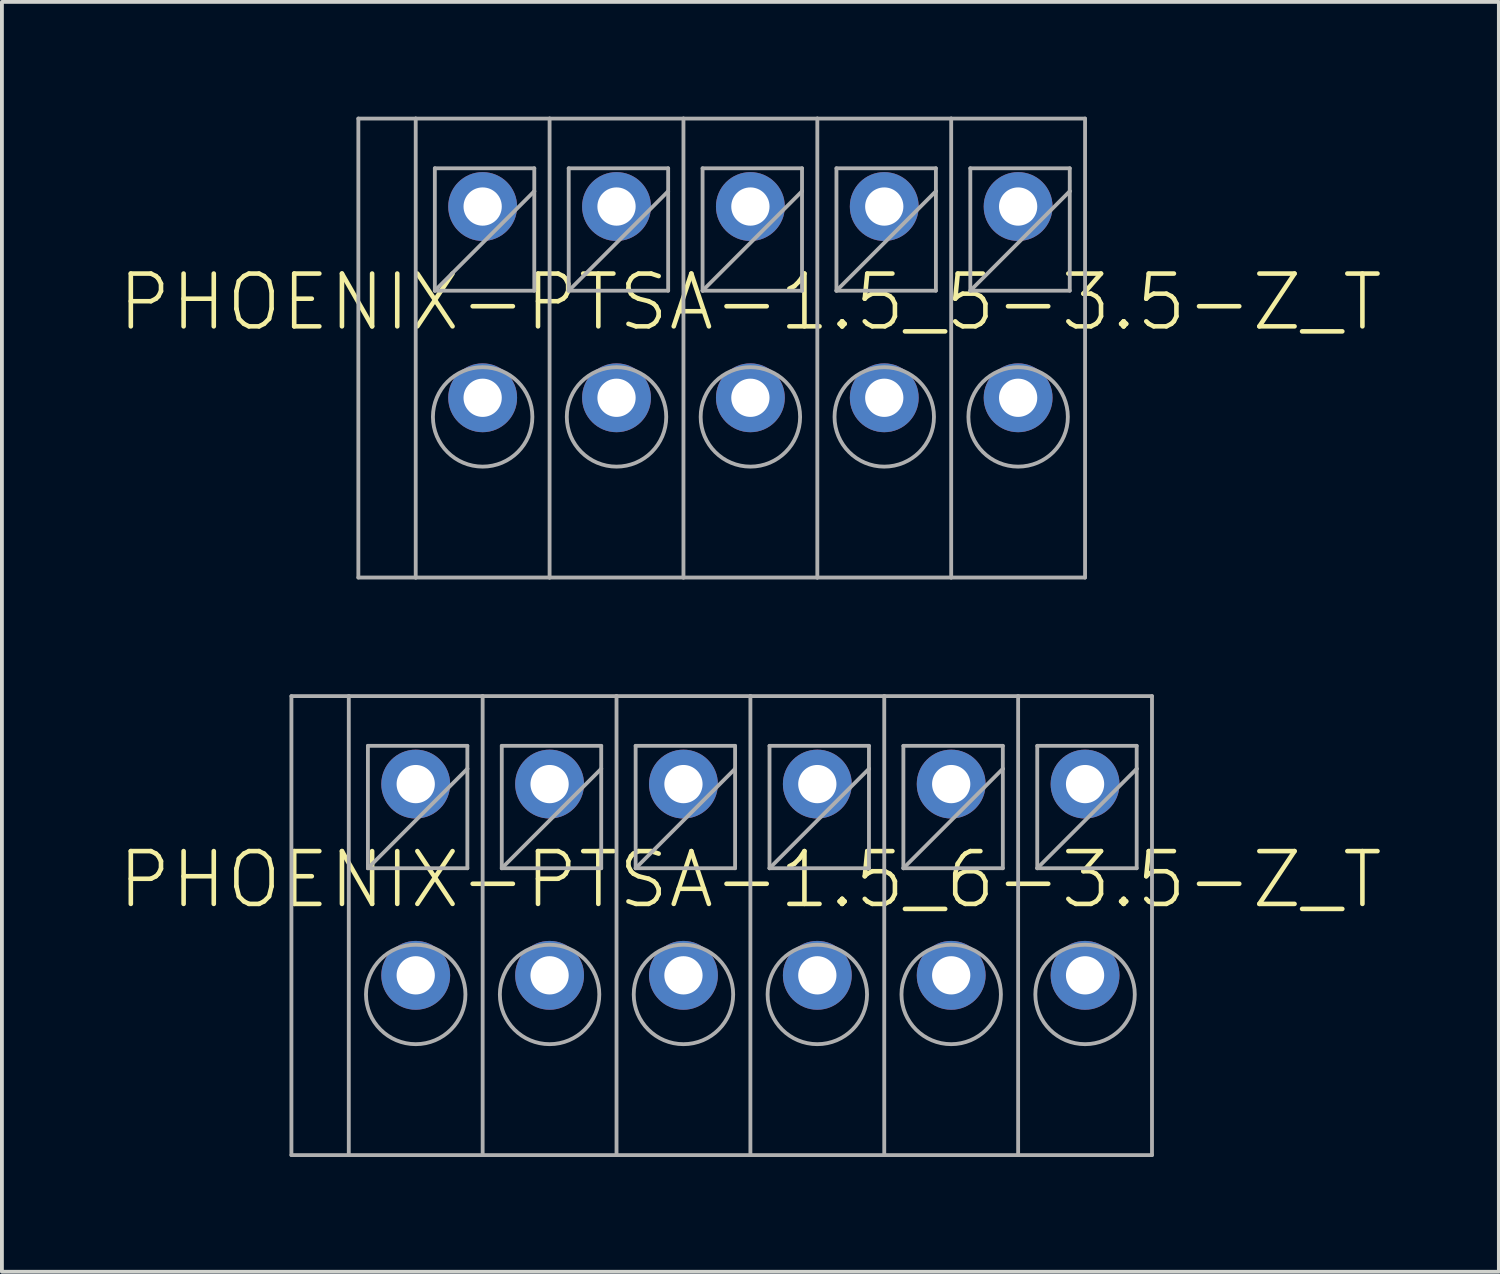
<source format=kicad_pcb>
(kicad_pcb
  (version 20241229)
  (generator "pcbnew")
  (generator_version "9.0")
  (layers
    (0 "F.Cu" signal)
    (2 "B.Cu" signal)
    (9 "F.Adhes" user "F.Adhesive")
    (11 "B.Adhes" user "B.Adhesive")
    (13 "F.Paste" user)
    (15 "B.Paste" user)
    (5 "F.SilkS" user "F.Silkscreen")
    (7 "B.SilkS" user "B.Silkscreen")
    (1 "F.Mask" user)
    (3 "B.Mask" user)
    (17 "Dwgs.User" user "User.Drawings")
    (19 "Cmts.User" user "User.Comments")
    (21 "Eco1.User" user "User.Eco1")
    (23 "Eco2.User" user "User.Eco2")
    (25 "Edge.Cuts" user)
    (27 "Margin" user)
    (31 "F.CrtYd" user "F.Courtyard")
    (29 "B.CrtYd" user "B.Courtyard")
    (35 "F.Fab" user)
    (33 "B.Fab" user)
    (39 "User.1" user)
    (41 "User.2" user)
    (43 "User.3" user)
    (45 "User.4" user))
  (footprint "PHOENIX-PTSA-1.5_5-3.5-Z_T"
    (layer "F.Cu")
    (at 16.569 4.85)
    (property "Reference" "PHOENIX-PTSA-1.5_5-3.5-Z_T" (at 0 0 0) (unlocked yes) (layer "F.SilkS") (effects (font (size 1.38 1.38) (thickness 0.12))))
    (fp_line (start -10.25 -4.8) (end -10.25 7.2) (stroke (width 0.1) (type solid)) (layer "F.Fab"))
    (fp_line (start -10.25 -4.8) (end -8.75 -4.8) (stroke (width 0.1) (type solid)) (layer "F.Fab"))
    (fp_line (start -10.25 7.2) (end -8.75 7.2) (stroke (width 0.1) (type solid)) (layer "F.Fab"))
    (fp_line (start -8.75 -4.8) (end -8.75 7.2) (stroke (width 0.1) (type solid)) (layer "F.Fab"))
    (fp_line (start -8.75 -4.8) (end -5.25 -4.8) (stroke (width 0.1) (type solid)) (layer "F.Fab"))
    (fp_line (start -8.75 7.2) (end -5.25 7.2) (stroke (width 0.1) (type solid)) (layer "F.Fab"))
    (fp_line (start -8.25 -3.5) (end -8.25 -0.3) (stroke (width 0.1) (type solid)) (layer "F.Fab"))
    (fp_line (start -8.25 -0.3) (end -5.65 -2.9) (stroke (width 0.1) (type solid)) (layer "F.Fab"))
    (fp_line (start -8.25 -0.3) (end -5.65 -0.3) (stroke (width 0.1) (type solid)) (layer "F.Fab"))
    (fp_line (start -5.65 -3.5) (end -8.25 -3.5) (stroke (width 0.1) (type solid)) (layer "F.Fab"))
    (fp_line (start -5.65 -2.9) (end -5.65 -3.5) (stroke (width 0.1) (type solid)) (layer "F.Fab"))
    (fp_line (start -5.65 -0.3) (end -5.65 -2.9) (stroke (width 0.1) (type solid)) (layer "F.Fab"))
    (fp_line (start -5.25 -4.8) (end -5.25 7.2) (stroke (width 0.1) (type solid)) (layer "F.Fab"))
    (fp_line (start -5.25 -4.8) (end -1.75 -4.8) (stroke (width 0.1) (type solid)) (layer "F.Fab"))
    (fp_line (start -5.25 7.2) (end -1.75 7.2) (stroke (width 0.1) (type solid)) (layer "F.Fab"))
    (fp_line (start -4.75 -3.5) (end -4.75 -0.3) (stroke (width 0.1) (type solid)) (layer "F.Fab"))
    (fp_line (start -4.75 -0.3) (end -2.15 -2.9) (stroke (width 0.1) (type solid)) (layer "F.Fab"))
    (fp_line (start -4.75 -0.3) (end -2.15 -0.3) (stroke (width 0.1) (type solid)) (layer "F.Fab"))
    (fp_line (start -2.15 -3.5) (end -4.75 -3.5) (stroke (width 0.1) (type solid)) (layer "F.Fab"))
    (fp_line (start -2.15 -2.9) (end -2.15 -3.5) (stroke (width 0.1) (type solid)) (layer "F.Fab"))
    (fp_line (start -2.15 -0.3) (end -2.15 -2.9) (stroke (width 0.1) (type solid)) (layer "F.Fab"))
    (fp_line (start -1.75 -4.8) (end -1.75 7.2) (stroke (width 0.1) (type solid)) (layer "F.Fab"))
    (fp_line (start -1.75 -4.8) (end 1.75 -4.8) (stroke (width 0.1) (type solid)) (layer "F.Fab"))
    (fp_line (start -1.75 7.2) (end 1.75 7.2) (stroke (width 0.1) (type solid)) (layer "F.Fab"))
    (fp_line (start -1.25 -3.5) (end -1.25 -0.3) (stroke (width 0.1) (type solid)) (layer "F.Fab"))
    (fp_line (start -1.25 -0.3) (end 1.35 -2.9) (stroke (width 0.1) (type solid)) (layer "F.Fab"))
    (fp_line (start -1.25 -0.3) (end 1.35 -0.3) (stroke (width 0.1) (type solid)) (layer "F.Fab"))
    (fp_line (start 1.35 -3.5) (end -1.25 -3.5) (stroke (width 0.1) (type solid)) (layer "F.Fab"))
    (fp_line (start 1.35 -2.9) (end 1.35 -3.5) (stroke (width 0.1) (type solid)) (layer "F.Fab"))
    (fp_line (start 1.35 -0.3) (end 1.35 -2.9) (stroke (width 0.1) (type solid)) (layer "F.Fab"))
    (fp_line (start 1.75 -4.8) (end 1.75 7.2) (stroke (width 0.1) (type solid)) (layer "F.Fab"))
    (fp_line (start 1.75 -4.8) (end 5.25 -4.8) (stroke (width 0.1) (type solid)) (layer "F.Fab"))
    (fp_line (start 1.75 7.2) (end 5.25 7.2) (stroke (width 0.1) (type solid)) (layer "F.Fab"))
    (fp_line (start 2.25 -3.5) (end 2.25 -0.3) (stroke (width 0.1) (type solid)) (layer "F.Fab"))
    (fp_line (start 2.25 -0.3) (end 4.85 -2.9) (stroke (width 0.1) (type solid)) (layer "F.Fab"))
    (fp_line (start 2.25 -0.3) (end 4.85 -0.3) (stroke (width 0.1) (type solid)) (layer "F.Fab"))
    (fp_line (start 4.85 -3.5) (end 2.25 -3.5) (stroke (width 0.1) (type solid)) (layer "F.Fab"))
    (fp_line (start 4.85 -2.9) (end 4.85 -3.5) (stroke (width 0.1) (type solid)) (layer "F.Fab"))
    (fp_line (start 4.85 -0.3) (end 4.85 -2.9) (stroke (width 0.1) (type solid)) (layer "F.Fab"))
    (fp_line (start 5.25 -4.8) (end 5.25 7.2) (stroke (width 0.1) (type solid)) (layer "F.Fab"))
    (fp_line (start 5.25 -4.8) (end 8.75 -4.8) (stroke (width 0.1) (type solid)) (layer "F.Fab"))
    (fp_line (start 5.25 7.2) (end 8.75 7.2) (stroke (width 0.1) (type solid)) (layer "F.Fab"))
    (fp_line (start 5.75 -3.5) (end 5.75 -0.3) (stroke (width 0.1) (type solid)) (layer "F.Fab"))
    (fp_line (start 5.75 -0.3) (end 8.35 -2.9) (stroke (width 0.1) (type solid)) (layer "F.Fab"))
    (fp_line (start 5.75 -0.3) (end 8.35 -0.3) (stroke (width 0.1) (type solid)) (layer "F.Fab"))
    (fp_line (start 8.35 -3.5) (end 5.75 -3.5) (stroke (width 0.1) (type solid)) (layer "F.Fab"))
    (fp_line (start 8.35 -2.9) (end 8.35 -3.5) (stroke (width 0.1) (type solid)) (layer "F.Fab"))
    (fp_line (start 8.35 -0.3) (end 8.35 -2.9) (stroke (width 0.1) (type solid)) (layer "F.Fab"))
    (fp_line (start 8.75 -4.8) (end 8.75 7.2) (stroke (width 0.1) (type solid)) (layer "F.Fab"))
    (fp_circle (center -7 3) (end -5.7 3) (stroke (width 0.1) (type solid)) (fill no) (layer "F.Fab"))
    (fp_circle (center -3.5 3) (end -2.2 3) (stroke (width 0.1) (type solid)) (fill no) (layer "F.Fab"))
    (fp_circle (center 0 3) (end 1.3 3) (stroke (width 0.1) (type solid)) (fill no) (layer "F.Fab"))
    (fp_circle (center 3.5 3) (end 4.8 3) (stroke (width 0.1) (type solid)) (fill no) (layer "F.Fab"))
    (fp_circle (center 7 3) (end 8.3 3) (stroke (width 0.1) (type solid)) (fill no) (layer "F.Fab"))
    (pad "1A" thru_hole circle (at -7 -2.5) (size 1.8 1.8) (drill 1) (layers "*.Cu" "*.Mask"))
    (pad "1B" thru_hole circle (at -7 2.5) (size 1.8 1.8) (drill 1) (layers "*.Cu" "*.Mask"))
    (pad "2A" thru_hole circle (at -3.5 -2.5) (size 1.8 1.8) (drill 1) (layers "*.Cu" "*.Mask"))
    (pad "2B" thru_hole circle (at -3.5 2.5) (size 1.8 1.8) (drill 1) (layers "*.Cu" "*.Mask"))
    (pad "3A" thru_hole circle (at 0 -2.5) (size 1.8 1.8) (drill 1) (layers "*.Cu" "*.Mask"))
    (pad "3B" thru_hole circle (at 0 2.5) (size 1.8 1.8) (drill 1) (layers "*.Cu" "*.Mask"))
    (pad "4A" thru_hole circle (at 3.5 -2.5) (size 1.8 1.8) (drill 1) (layers "*.Cu" "*.Mask"))
    (pad "4B" thru_hole circle (at 3.5 2.5) (size 1.8 1.8) (drill 1) (layers "*.Cu" "*.Mask"))
    (pad "5A" thru_hole circle (at 7 -2.5) (size 1.8 1.8) (drill 1) (layers "*.Cu" "*.Mask"))
    (pad "5B" thru_hole circle (at 7 2.5) (size 1.8 1.8) (drill 1) (layers "*.Cu" "*.Mask")))
  (footprint "PHOENIX-PTSA-1.5_6-3.5-Z_T"
    (layer "F.Cu")
    (at 16.569 19.95)
    (property "Reference" "PHOENIX-PTSA-1.5_6-3.5-Z_T" (at 0 0 0) (unlocked yes) (layer "F.SilkS") (effects (font (size 1.38 1.38) (thickness 0.12))))
    (fp_line (start -12 -4.8) (end -12 7.2) (stroke (width 0.1) (type solid)) (layer "F.Fab"))
    (fp_line (start -12 -4.8) (end -10.5 -4.8) (stroke (width 0.1) (type solid)) (layer "F.Fab"))
    (fp_line (start -12 7.2) (end -10.5 7.2) (stroke (width 0.1) (type solid)) (layer "F.Fab"))
    (fp_line (start -10.5 -4.8) (end -10.5 7.2) (stroke (width 0.1) (type solid)) (layer "F.Fab"))
    (fp_line (start -10.5 -4.8) (end -7 -4.8) (stroke (width 0.1) (type solid)) (layer "F.Fab"))
    (fp_line (start -10.5 7.2) (end -7 7.2) (stroke (width 0.1) (type solid)) (layer "F.Fab"))
    (fp_line (start -10 -3.5) (end -10 -0.3) (stroke (width 0.1) (type solid)) (layer "F.Fab"))
    (fp_line (start -10 -0.3) (end -7.4 -2.9) (stroke (width 0.1) (type solid)) (layer "F.Fab"))
    (fp_line (start -10 -0.3) (end -7.4 -0.3) (stroke (width 0.1) (type solid)) (layer "F.Fab"))
    (fp_line (start -7.4 -3.5) (end -10 -3.5) (stroke (width 0.1) (type solid)) (layer "F.Fab"))
    (fp_line (start -7.4 -2.9) (end -7.4 -3.5) (stroke (width 0.1) (type solid)) (layer "F.Fab"))
    (fp_line (start -7.4 -0.3) (end -7.4 -2.9) (stroke (width 0.1) (type solid)) (layer "F.Fab"))
    (fp_line (start -7 -4.8) (end -7 7.2) (stroke (width 0.1) (type solid)) (layer "F.Fab"))
    (fp_line (start -7 -4.8) (end -3.5 -4.8) (stroke (width 0.1) (type solid)) (layer "F.Fab"))
    (fp_line (start -7 7.2) (end -3.5 7.2) (stroke (width 0.1) (type solid)) (layer "F.Fab"))
    (fp_line (start -6.5 -3.5) (end -6.5 -0.3) (stroke (width 0.1) (type solid)) (layer "F.Fab"))
    (fp_line (start -6.5 -0.3) (end -3.9 -2.9) (stroke (width 0.1) (type solid)) (layer "F.Fab"))
    (fp_line (start -6.5 -0.3) (end -3.9 -0.3) (stroke (width 0.1) (type solid)) (layer "F.Fab"))
    (fp_line (start -3.9 -3.5) (end -6.5 -3.5) (stroke (width 0.1) (type solid)) (layer "F.Fab"))
    (fp_line (start -3.9 -2.9) (end -3.9 -3.5) (stroke (width 0.1) (type solid)) (layer "F.Fab"))
    (fp_line (start -3.9 -0.3) (end -3.9 -2.9) (stroke (width 0.1) (type solid)) (layer "F.Fab"))
    (fp_line (start -3.5 -4.8) (end -3.5 7.2) (stroke (width 0.1) (type solid)) (layer "F.Fab"))
    (fp_line (start -3.5 -4.8) (end 0 -4.8) (stroke (width 0.1) (type solid)) (layer "F.Fab"))
    (fp_line (start -3.5 7.2) (end 0 7.2) (stroke (width 0.1) (type solid)) (layer "F.Fab"))
    (fp_line (start -3 -3.5) (end -3 -0.3) (stroke (width 0.1) (type solid)) (layer "F.Fab"))
    (fp_line (start -3 -0.3) (end -0.4 -2.9) (stroke (width 0.1) (type solid)) (layer "F.Fab"))
    (fp_line (start -3 -0.3) (end -0.4 -0.3) (stroke (width 0.1) (type solid)) (layer "F.Fab"))
    (fp_line (start -0.4 -3.5) (end -3 -3.5) (stroke (width 0.1) (type solid)) (layer "F.Fab"))
    (fp_line (start -0.4 -2.9) (end -0.4 -3.5) (stroke (width 0.1) (type solid)) (layer "F.Fab"))
    (fp_line (start -0.4 -0.3) (end -0.4 -2.9) (stroke (width 0.1) (type solid)) (layer "F.Fab"))
    (fp_line (start 0 -4.8) (end 0 7.2) (stroke (width 0.1) (type solid)) (layer "F.Fab"))
    (fp_line (start 0 -4.8) (end 3.5 -4.8) (stroke (width 0.1) (type solid)) (layer "F.Fab"))
    (fp_line (start 0 7.2) (end 3.5 7.2) (stroke (width 0.1) (type solid)) (layer "F.Fab"))
    (fp_line (start 0.5 -3.5) (end 0.5 -0.3) (stroke (width 0.1) (type solid)) (layer "F.Fab"))
    (fp_line (start 0.5 -0.3) (end 3.1 -2.9) (stroke (width 0.1) (type solid)) (layer "F.Fab"))
    (fp_line (start 0.5 -0.3) (end 3.1 -0.3) (stroke (width 0.1) (type solid)) (layer "F.Fab"))
    (fp_line (start 3.1 -3.5) (end 0.5 -3.5) (stroke (width 0.1) (type solid)) (layer "F.Fab"))
    (fp_line (start 3.1 -2.9) (end 3.1 -3.5) (stroke (width 0.1) (type solid)) (layer "F.Fab"))
    (fp_line (start 3.1 -0.3) (end 3.1 -2.9) (stroke (width 0.1) (type solid)) (layer "F.Fab"))
    (fp_line (start 3.5 -4.8) (end 3.5 7.2) (stroke (width 0.1) (type solid)) (layer "F.Fab"))
    (fp_line (start 3.5 -4.8) (end 7 -4.8) (stroke (width 0.1) (type solid)) (layer "F.Fab"))
    (fp_line (start 3.5 7.2) (end 7 7.2) (stroke (width 0.1) (type solid)) (layer "F.Fab"))
    (fp_line (start 4 -3.5) (end 4 -0.3) (stroke (width 0.1) (type solid)) (layer "F.Fab"))
    (fp_line (start 4 -0.3) (end 6.6 -2.9) (stroke (width 0.1) (type solid)) (layer "F.Fab"))
    (fp_line (start 4 -0.3) (end 6.6 -0.3) (stroke (width 0.1) (type solid)) (layer "F.Fab"))
    (fp_line (start 6.6 -3.5) (end 4 -3.5) (stroke (width 0.1) (type solid)) (layer "F.Fab"))
    (fp_line (start 6.6 -2.9) (end 6.6 -3.5) (stroke (width 0.1) (type solid)) (layer "F.Fab"))
    (fp_line (start 6.6 -0.3) (end 6.6 -2.9) (stroke (width 0.1) (type solid)) (layer "F.Fab"))
    (fp_line (start 7 -4.8) (end 7 7.2) (stroke (width 0.1) (type solid)) (layer "F.Fab"))
    (fp_line (start 7 -4.8) (end 10.5 -4.8) (stroke (width 0.1) (type solid)) (layer "F.Fab"))
    (fp_line (start 7 7.2) (end 10.5 7.2) (stroke (width 0.1) (type solid)) (layer "F.Fab"))
    (fp_line (start 7.5 -3.5) (end 7.5 -0.3) (stroke (width 0.1) (type solid)) (layer "F.Fab"))
    (fp_line (start 7.5 -0.3) (end 10.1 -2.9) (stroke (width 0.1) (type solid)) (layer "F.Fab"))
    (fp_line (start 7.5 -0.3) (end 10.1 -0.3) (stroke (width 0.1) (type solid)) (layer "F.Fab"))
    (fp_line (start 10.1 -3.5) (end 7.5 -3.5) (stroke (width 0.1) (type solid)) (layer "F.Fab"))
    (fp_line (start 10.1 -2.9) (end 10.1 -3.5) (stroke (width 0.1) (type solid)) (layer "F.Fab"))
    (fp_line (start 10.1 -0.3) (end 10.1 -2.9) (stroke (width 0.1) (type solid)) (layer "F.Fab"))
    (fp_line (start 10.5 -4.8) (end 10.5 7.2) (stroke (width 0.1) (type solid)) (layer "F.Fab"))
    (fp_circle (center -8.75 3) (end -7.45 3) (stroke (width 0.1) (type solid)) (fill no) (layer "F.Fab"))
    (fp_circle (center -5.25 3) (end -3.95 3) (stroke (width 0.1) (type solid)) (fill no) (layer "F.Fab"))
    (fp_circle (center -1.75 3) (end -0.45 3) (stroke (width 0.1) (type solid)) (fill no) (layer "F.Fab"))
    (fp_circle (center 1.75 3) (end 3.05 3) (stroke (width 0.1) (type solid)) (fill no) (layer "F.Fab"))
    (fp_circle (center 5.25 3) (end 6.55 3) (stroke (width 0.1) (type solid)) (fill no) (layer "F.Fab"))
    (fp_circle (center 8.75 3) (end 10.05 3) (stroke (width 0.1) (type solid)) (fill no) (layer "F.Fab"))
    (pad "1A" thru_hole circle (at -8.75 -2.5) (size 1.8 1.8) (drill 1) (layers "*.Cu" "*.Mask"))
    (pad "1B" thru_hole circle (at -8.75 2.5) (size 1.8 1.8) (drill 1) (layers "*.Cu" "*.Mask"))
    (pad "2A" thru_hole circle (at -5.25 -2.5) (size 1.8 1.8) (drill 1) (layers "*.Cu" "*.Mask"))
    (pad "2B" thru_hole circle (at -5.25 2.5) (size 1.8 1.8) (drill 1) (layers "*.Cu" "*.Mask"))
    (pad "3A" thru_hole circle (at -1.75 -2.5) (size 1.8 1.8) (drill 1) (layers "*.Cu" "*.Mask"))
    (pad "3B" thru_hole circle (at -1.75 2.5) (size 1.8 1.8) (drill 1) (layers "*.Cu" "*.Mask"))
    (pad "4A" thru_hole circle (at 1.75 -2.5) (size 1.8 1.8) (drill 1) (layers "*.Cu" "*.Mask"))
    (pad "4B" thru_hole circle (at 1.75 2.5) (size 1.8 1.8) (drill 1) (layers "*.Cu" "*.Mask"))
    (pad "5A" thru_hole circle (at 5.25 -2.5) (size 1.8 1.8) (drill 1) (layers "*.Cu" "*.Mask"))
    (pad "5B" thru_hole circle (at 5.25 2.5) (size 1.8 1.8) (drill 1) (layers "*.Cu" "*.Mask"))
    (pad "6A" thru_hole circle (at 8.75 -2.5) (size 1.8 1.8) (drill 1) (layers "*.Cu" "*.Mask"))
    (pad "6B" thru_hole circle (at 8.75 2.5) (size 1.8 1.8) (drill 1) (layers "*.Cu" "*.Mask")))
  (gr_rect
    (start -3 -3)
    (end 36.138 30.2)
    (stroke (width 0.1) (type default))
    (fill no)
    (layer "Edge.Cuts")))
</source>
